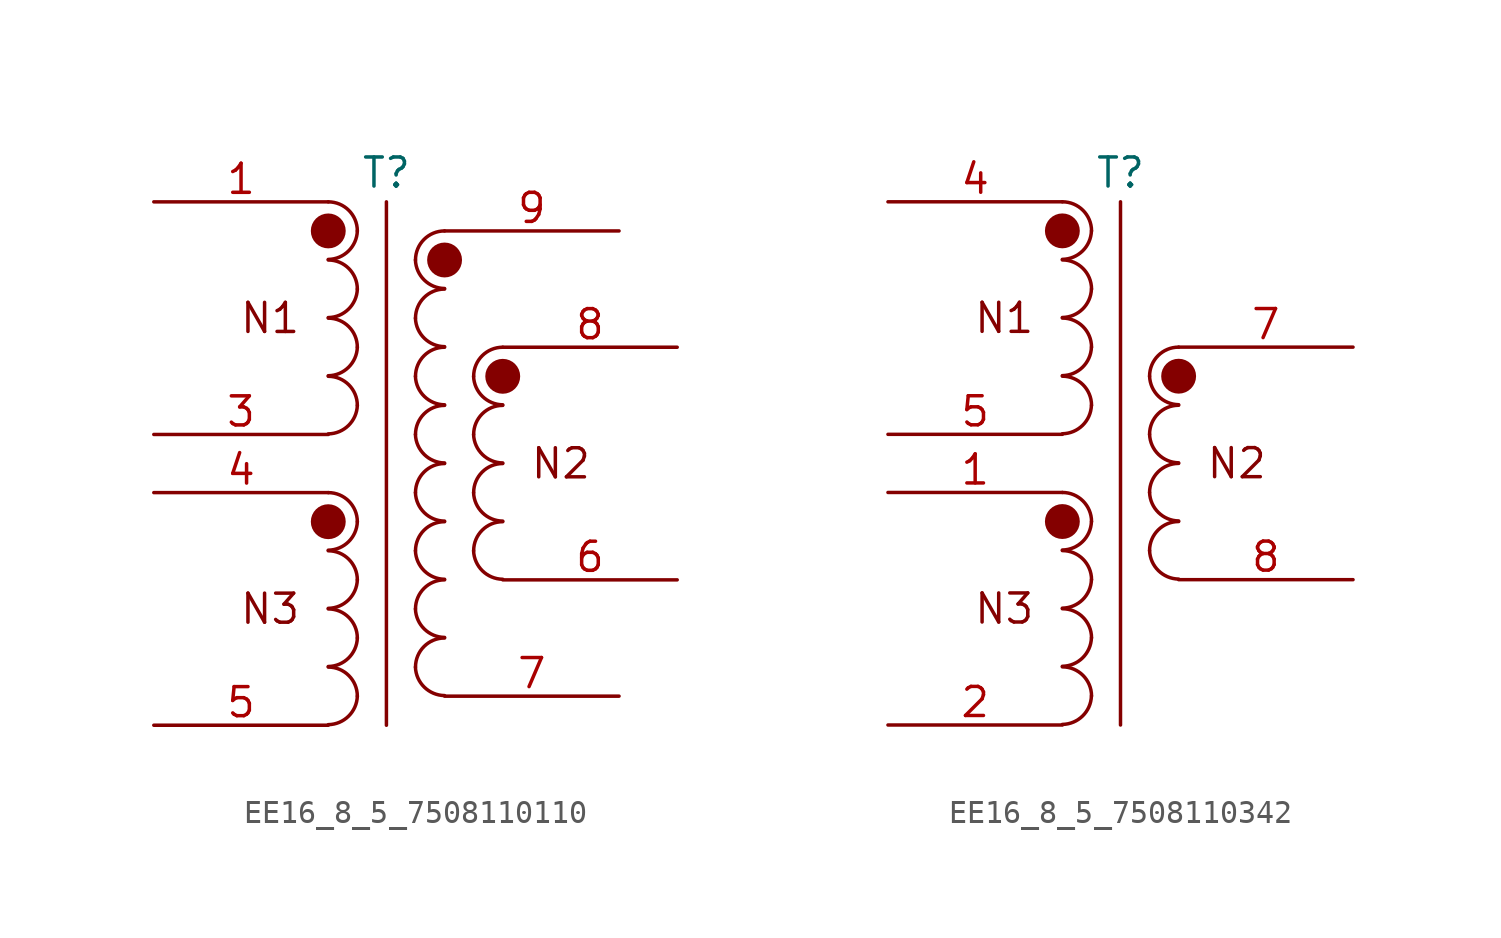
<source format=kicad_sym>
(kicad_symbol_lib
  (version 20220914)
  (generator kicad_symbol_editor)
  (symbol "EE16_8_5_7508110110"
    (pin_names hide)
    (property "Reference" "T"
      (at 0 12.7 0)
      (effects (font (size 1.27 1.27))))
    (property "Critical Parameter" ""
      (at 0 -5.08 0)
      (effects (font (size 1.27 1.27)) (justify left)))
    (symbol "EE16_8_5_7508110110_0_1"
      (arc (start -2.54 -11.4046) (mid -1.6561 -11.0363) (end -1.27 -10.16) (stroke (width 0) (type default)) (fill (type none)))
      (arc (start -2.54 -8.8646) (mid -1.6561 -8.4963) (end -1.27 -7.62) (stroke (width 0) (type default)) (fill (type none)))
      (arc (start -2.54 -6.3246) (mid -1.6561 -5.9563) (end -1.27 -5.08) (stroke (width 0) (type default)) (fill (type none)))
      (arc (start -2.54 -3.7846) (mid -1.6561 -3.4163) (end -1.27 -2.54) (stroke (width 0) (type default)) (fill (type none)))
      (arc (start -2.54 1.2954) (mid -1.6561 1.6637) (end -1.27 2.54) (stroke (width 0) (type default)) (fill (type none)))
      (arc (start -2.54 3.8354) (mid -1.6561 4.2037) (end -1.27 5.08) (stroke (width 0) (type default)) (fill (type none)))
      (arc (start -2.54 6.3754) (mid -1.6561 6.7437) (end -1.27 7.62) (stroke (width 0) (type default)) (fill (type none)))
      (arc (start -2.54 8.9154) (mid -1.6561 9.2837) (end -1.27 10.16) (stroke (width 0) (type default)) (fill (type none)))
      (arc (start -1.27 -10.16) (mid -1.642 -9.262) (end -2.54 -8.89) (stroke (width 0) (type default)) (fill (type none)))
      (arc (start -1.27 -7.62) (mid -1.642 -6.722) (end -2.54 -6.35) (stroke (width 0) (type default)) (fill (type none)))
      (arc (start -1.27 -5.08) (mid -1.642 -4.182) (end -2.54 -3.81) (stroke (width 0) (type default)) (fill (type none)))
      (arc (start -1.27 -2.54) (mid -1.642 -1.642) (end -2.54 -1.27) (stroke (width 0) (type default)) (fill (type none)))
      (arc (start -1.27 2.54) (mid -1.642 3.438) (end -2.54 3.81) (stroke (width 0) (type default)) (fill (type none)))
      (arc (start -1.27 5.08) (mid -1.642 5.978) (end -2.54 6.35) (stroke (width 0) (type default)) (fill (type none)))
      (arc (start -1.27 7.62) (mid -1.642 8.518) (end -2.54 8.89) (stroke (width 0) (type default)) (fill (type none)))
      (arc (start -1.27 10.16) (mid -1.642 11.058) (end -2.54 11.43) (stroke (width 0) (type default)) (fill (type none)))
      (polyline (pts (xy 0 -11.43) (xy 0 11.43)) (stroke (width 0) (type default)) (fill (type none)))
      (arc (start 1.27 -8.89) (mid 1.656 -9.7664) (end 2.54 -10.1346) (stroke (width 0) (type default)) (fill (type none)))
      (arc (start 1.27 -6.35) (mid 1.656 -7.2264) (end 2.54 -7.5946) (stroke (width 0) (type default)) (fill (type none)))
      (arc (start 1.27 -3.81) (mid 1.656 -4.6864) (end 2.54 -5.0546) (stroke (width 0) (type default)) (fill (type none)))
      (arc (start 1.27 -1.27) (mid 1.656 -2.1464) (end 2.54 -2.5146) (stroke (width 0) (type default)) (fill (type none)))
      (arc (start 1.27 1.27) (mid 1.656 0.3936) (end 2.54 0.0254) (stroke (width 0) (type default)) (fill (type none)))
      (arc (start 1.27 3.81) (mid 1.656 2.9336) (end 2.54 2.5654) (stroke (width 0) (type default)) (fill (type none)))
      (arc (start 1.27 6.35) (mid 1.656 5.4736) (end 2.54 5.1054) (stroke (width 0) (type default)) (fill (type none)))
      (arc (start 1.27 8.89) (mid 1.656 8.0136) (end 2.54 7.6454) (stroke (width 0) (type default)) (fill (type none)))
      (arc (start 2.54 -7.62) (mid 1.642 -7.992) (end 1.27 -8.89) (stroke (width 0) (type default)) (fill (type none)))
      (arc (start 2.54 -5.08) (mid 1.642 -5.452) (end 1.27 -6.35) (stroke (width 0) (type default)) (fill (type none)))
      (arc (start 2.54 -2.54) (mid 1.642 -2.912) (end 1.27 -3.81) (stroke (width 0) (type default)) (fill (type none)))
      (arc (start 2.54 0) (mid 1.642 -0.372) (end 1.27 -1.27) (stroke (width 0) (type default)) (fill (type none)))
      (arc (start 2.54 2.54) (mid 1.642 2.168) (end 1.27 1.27) (stroke (width 0) (type default)) (fill (type none)))
      (arc (start 2.54 5.08) (mid 1.642 4.708) (end 1.27 3.81) (stroke (width 0) (type default)) (fill (type none)))
      (arc (start 2.54 7.62) (mid 1.642 7.248) (end 1.27 6.35) (stroke (width 0) (type default)) (fill (type none)))
      (arc (start 2.54 10.16) (mid 1.642 9.788) (end 1.27 8.89) (stroke (width 0) (type default)) (fill (type none)))
      (arc (start 3.81 -3.81) (mid 4.1961 -4.6863) (end 5.08 -5.0546) (stroke (width 0) (type default)) (fill (type none)))
      (arc (start 3.81 -1.27) (mid 4.1961 -2.1463) (end 5.08 -2.5146) (stroke (width 0) (type default)) (fill (type none)))
      (arc (start 3.81 1.27) (mid 4.1961 0.3937) (end 5.08 0.0254) (stroke (width 0) (type default)) (fill (type none)))
      (arc (start 3.81 3.81) (mid 4.1961 2.9337) (end 5.08 2.5654) (stroke (width 0) (type default)) (fill (type none)))
      (arc (start 5.08 -2.54) (mid 4.182 -2.912) (end 3.81 -3.81) (stroke (width 0) (type default)) (fill (type none)))
      (arc (start 5.08 0) (mid 4.182 -0.372) (end 3.81 -1.27) (stroke (width 0) (type default)) (fill (type none)))
      (arc (start 5.08 2.54) (mid 4.182 2.168) (end 3.81 1.27) (stroke (width 0) (type default)) (fill (type none)))
      (arc (start 5.08 5.08) (mid 4.182 4.708) (end 3.81 3.81) (stroke (width 0) (type default)) (fill (type none))))
    (symbol "EE16_8_5_7508110110_1_1"
      (circle (center -2.54 -2.54) (radius 0.0001) (stroke (width 0.762) (type default)) (fill (type none)))
      (circle (center -2.54 10.16) (radius 0.0001) (stroke (width 0.762) (type default)) (fill (type none)))
      (circle (center 2.54 8.89) (radius 0.0001) (stroke (width 0.762) (type default)) (fill (type none)))
      (circle (center 5.08 3.81) (radius 0.0001) (stroke (width 0.762) (type default)) (fill (type none)))
      (text "N1" (at -5.08 6.35 0) (effects (font (size 1.27 1.27))))
      (text "N2" (at 7.62 0 0) (effects (font (size 1.27 1.27))))
      (text "N3" (at -5.08 -6.35 0) (effects (font (size 1.27 1.27))))
      (pin passive line (at -10.16 11.43 0) (length 7.62) (name "1" (effects (font (size 1.27 1.27)))) (number "1" (effects (font (size 1.27 1.27)))))
      (pin passive line (at -10.16 1.27 0) (length 7.62) (name "3" (effects (font (size 1.27 1.27)))) (number "3" (effects (font (size 1.27 1.27)))))
      (pin passive line (at -10.16 -1.27 0) (length 7.62) (name "4" (effects (font (size 1.27 1.27)))) (number "4" (effects (font (size 1.27 1.27)))))
      (pin passive line (at -10.16 -11.43 0) (length 7.62) (name "5" (effects (font (size 1.27 1.27)))) (number "5" (effects (font (size 1.27 1.27)))))
      (pin passive line (at 12.7 -5.08 180) (length 7.62) (name "6" (effects (font (size 1.27 1.27)))) (number "6" (effects (font (size 1.27 1.27)))))
      (pin passive line (at 10.16 -10.16 180) (length 7.62) (name "7" (effects (font (size 1.27 1.27)))) (number "7" (effects (font (size 1.27 1.27)))))
      (pin passive line (at 12.7 5.08 180) (length 7.62) (name "8" (effects (font (size 1.27 1.27)))) (number "8" (effects (font (size 1.27 1.27)))))
      (pin passive line (at 10.16 10.16 180) (length 7.62) (name "9" (effects (font (size 1.27 1.27)))) (number "9" (effects (font (size 1.27 1.27)))))))
  (symbol "EE16_8_5_7508110342"
    (pin_names hide)
    (property "Reference" "T"
      (at 0 12.7 0)
      (effects (font (size 1.27 1.27))))
    (property "Critical Parameter" ""
      (at 0 -5.08 0)
      (effects (font (size 1.27 1.27)) (justify left)))
    (symbol "EE16_8_5_7508110342_0_1"
      (arc (start -2.54 -11.4046) (mid -1.6561 -11.0363) (end -1.27 -10.16) (stroke (width 0) (type default)) (fill (type none)))
      (arc (start -2.54 -8.8646) (mid -1.6561 -8.4963) (end -1.27 -7.62) (stroke (width 0) (type default)) (fill (type none)))
      (arc (start -2.54 -6.3246) (mid -1.6561 -5.9563) (end -1.27 -5.08) (stroke (width 0) (type default)) (fill (type none)))
      (arc (start -2.54 -3.7846) (mid -1.6561 -3.4163) (end -1.27 -2.54) (stroke (width 0) (type default)) (fill (type none)))
      (arc (start -2.54 1.2954) (mid -1.6561 1.6637) (end -1.27 2.54) (stroke (width 0) (type default)) (fill (type none)))
      (arc (start -2.54 3.8354) (mid -1.6561 4.2037) (end -1.27 5.08) (stroke (width 0) (type default)) (fill (type none)))
      (arc (start -2.54 6.3754) (mid -1.6561 6.7437) (end -1.27 7.62) (stroke (width 0) (type default)) (fill (type none)))
      (arc (start -2.54 8.9154) (mid -1.6561 9.2837) (end -1.27 10.16) (stroke (width 0) (type default)) (fill (type none)))
      (arc (start -1.27 -10.16) (mid -1.642 -9.262) (end -2.54 -8.89) (stroke (width 0) (type default)) (fill (type none)))
      (arc (start -1.27 -7.62) (mid -1.642 -6.722) (end -2.54 -6.35) (stroke (width 0) (type default)) (fill (type none)))
      (arc (start -1.27 -5.08) (mid -1.642 -4.182) (end -2.54 -3.81) (stroke (width 0) (type default)) (fill (type none)))
      (arc (start -1.27 -2.54) (mid -1.642 -1.642) (end -2.54 -1.27) (stroke (width 0) (type default)) (fill (type none)))
      (arc (start -1.27 2.54) (mid -1.642 3.438) (end -2.54 3.81) (stroke (width 0) (type default)) (fill (type none)))
      (arc (start -1.27 5.08) (mid -1.642 5.978) (end -2.54 6.35) (stroke (width 0) (type default)) (fill (type none)))
      (arc (start -1.27 7.62) (mid -1.642 8.518) (end -2.54 8.89) (stroke (width 0) (type default)) (fill (type none)))
      (arc (start -1.27 10.16) (mid -1.642 11.058) (end -2.54 11.43) (stroke (width 0) (type default)) (fill (type none)))
      (polyline (pts (xy 0 -11.43) (xy 0 11.43)) (stroke (width 0) (type default)) (fill (type none)))
      (arc (start 1.27 -3.81) (mid 1.6561 -4.6863) (end 2.54 -5.0546) (stroke (width 0) (type default)) (fill (type none)))
      (arc (start 1.27 -1.27) (mid 1.6561 -2.1463) (end 2.54 -2.5146) (stroke (width 0) (type default)) (fill (type none)))
      (arc (start 1.27 1.27) (mid 1.6561 0.3937) (end 2.54 0.0254) (stroke (width 0) (type default)) (fill (type none)))
      (arc (start 1.27 3.81) (mid 1.6561 2.9337) (end 2.54 2.5654) (stroke (width 0) (type default)) (fill (type none)))
      (arc (start 2.54 -2.54) (mid 1.642 -2.912) (end 1.27 -3.81) (stroke (width 0) (type default)) (fill (type none)))
      (arc (start 2.54 0) (mid 1.642 -0.372) (end 1.27 -1.27) (stroke (width 0) (type default)) (fill (type none)))
      (arc (start 2.54 2.54) (mid 1.642 2.168) (end 1.27 1.27) (stroke (width 0) (type default)) (fill (type none)))
      (arc (start 2.54 5.08) (mid 1.642 4.708) (end 1.27 3.81) (stroke (width 0) (type default)) (fill (type none))))
    (symbol "EE16_8_5_7508110342_1_1"
      (circle (center -2.54 -2.54) (radius 0.0001) (stroke (width 0.762) (type default)) (fill (type none)))
      (circle (center -2.54 10.16) (radius 0.0001) (stroke (width 0.762) (type default)) (fill (type none)))
      (circle (center 2.54 3.81) (radius 0.0001) (stroke (width 0.762) (type default)) (fill (type none)))
      (text "N1" (at -5.08 6.35 0) (effects (font (size 1.27 1.27))))
      (text "N2" (at 5.08 0 0) (effects (font (size 1.27 1.27))))
      (text "N3" (at -5.08 -6.35 0) (effects (font (size 1.27 1.27))))
      (pin passive line (at -10.16 -1.27 0) (length 7.62) (name "1" (effects (font (size 1.27 1.27)))) (number "1" (effects (font (size 1.27 1.27)))))
      (pin passive line (at -10.16 -11.43 0) (length 7.62) (name "2" (effects (font (size 1.27 1.27)))) (number "2" (effects (font (size 1.27 1.27)))))
      (pin passive line (at -10.16 11.43 0) (length 7.62) (name "4" (effects (font (size 1.27 1.27)))) (number "4" (effects (font (size 1.27 1.27)))))
      (pin passive line (at -10.16 1.27 0) (length 7.62) (name "5" (effects (font (size 1.27 1.27)))) (number "5" (effects (font (size 1.27 1.27)))))
      (pin passive line (at 10.16 5.08 180) (length 7.62) (name "7" (effects (font (size 1.27 1.27)))) (number "7" (effects (font (size 1.27 1.27)))))
      (pin passive line (at 10.16 -5.08 180) (length 7.62) (name "8" (effects (font (size 1.27 1.27)))) (number "8" (effects (font (size 1.27 1.27))))))))
</source>
